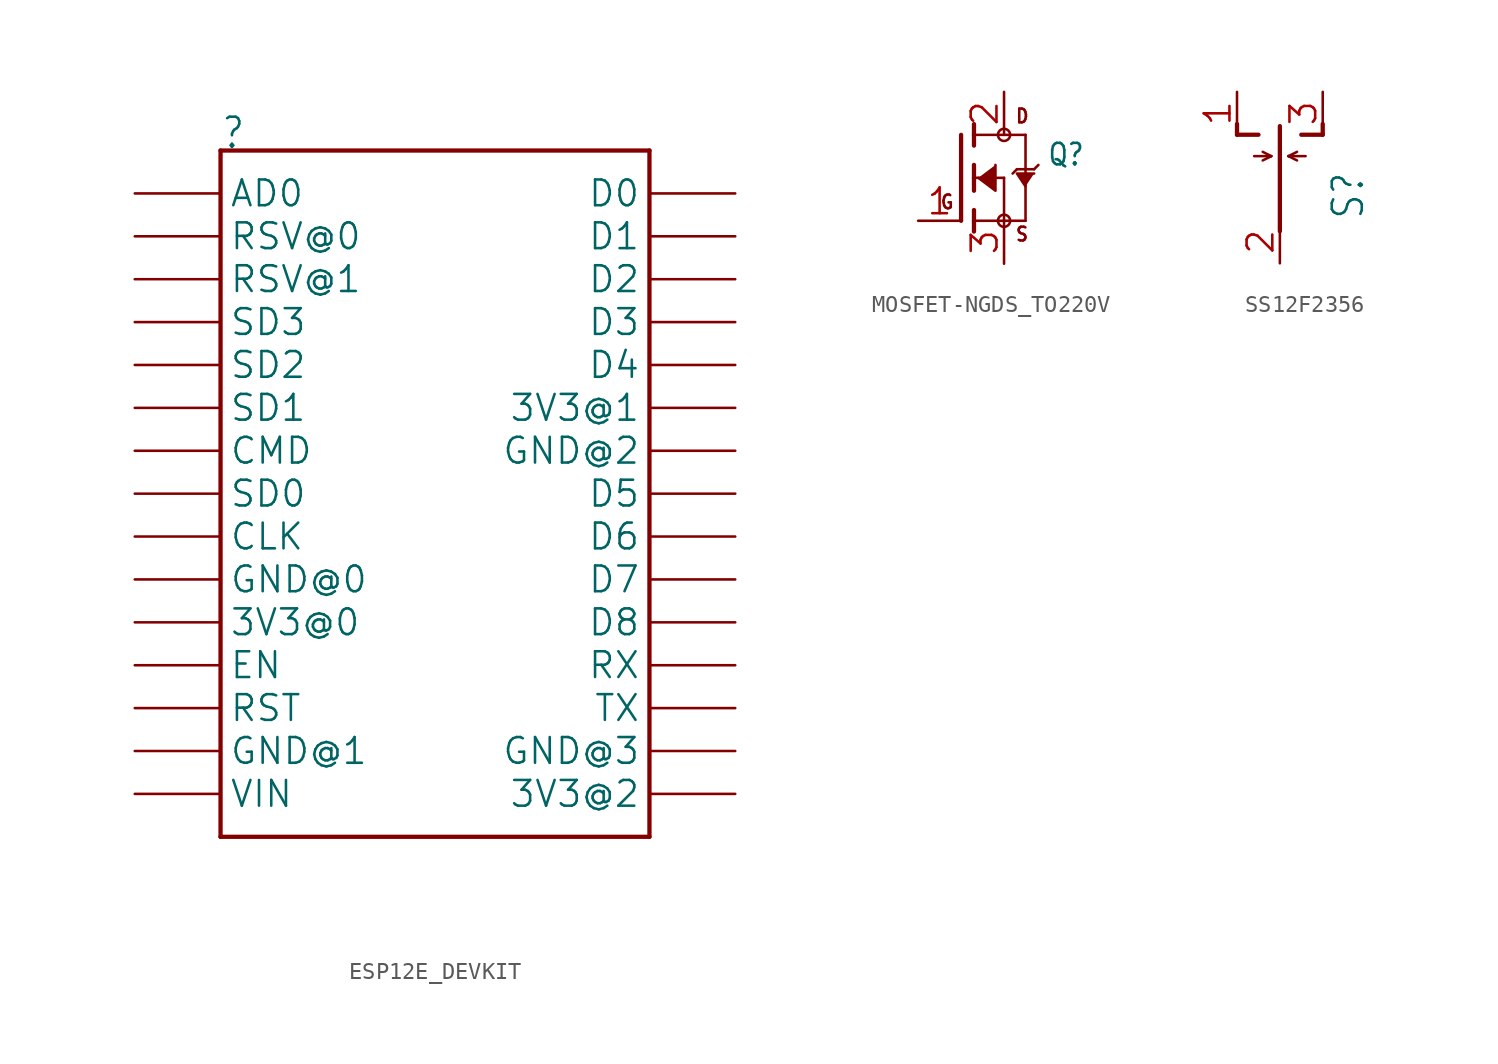
<source format=kicad_sym>
(kicad_symbol_lib
  (version 20241209)
  (generator "kicad_symbol_editor")
  (generator_version "9.0")
  (symbol "ESP12E_DEVKIT"
    (property "Reference" ""
      (at -12.7 20.32 0)
      (effects (font (size 1.778 1.511)) (justify left bottom)))
    (property "Value" ""
      (at -12.7 -22.86 0)
      (effects (font (size 1.778 1.511)) (justify left bottom)))
    (property "ki_locked" ""
      (at 0 0 0)
      (effects (font (size 1.27 1.27))))
    (symbol "ESP12E_DEVKIT_1_0"
      (polyline (pts (xy -12.7 20.32) (xy -12.7 -20.32)) (stroke (width 0.254) (type solid)) (fill (type none)))
      (polyline (pts (xy -12.7 -20.32) (xy 12.7 -20.32)) (stroke (width 0.254) (type solid)) (fill (type none)))
      (polyline (pts (xy 12.7 20.32) (xy -12.7 20.32)) (stroke (width 0.254) (type solid)) (fill (type none)))
      (polyline (pts (xy 12.7 -20.32) (xy 12.7 20.32)) (stroke (width 0.254) (type solid)) (fill (type none)))
      (pin bidirectional line (at -17.78 17.78 0) (length 5.08) (name "AD0" (effects (font (size 1.524 1.524)))) (number "AD0" (effects (font (size 0 0)))))
      (pin bidirectional line (at -17.78 15.24 0) (length 5.08) (name "RSV@0" (effects (font (size 1.524 1.524)))) (number "RSV@0" (effects (font (size 0 0)))))
      (pin bidirectional line (at -17.78 12.7 0) (length 5.08) (name "RSV@1" (effects (font (size 1.524 1.524)))) (number "RSV@1" (effects (font (size 0 0)))))
      (pin bidirectional line (at -17.78 10.16 0) (length 5.08) (name "SD3" (effects (font (size 1.524 1.524)))) (number "SD3" (effects (font (size 0 0)))))
      (pin bidirectional line (at -17.78 7.62 0) (length 5.08) (name "SD2" (effects (font (size 1.524 1.524)))) (number "SD2" (effects (font (size 0 0)))))
      (pin bidirectional line (at -17.78 5.08 0) (length 5.08) (name "SD1" (effects (font (size 1.524 1.524)))) (number "SD1" (effects (font (size 0 0)))))
      (pin bidirectional line (at -17.78 2.54 0) (length 5.08) (name "CMD" (effects (font (size 1.524 1.524)))) (number "CMD" (effects (font (size 0 0)))))
      (pin bidirectional line (at -17.78 0 0) (length 5.08) (name "SD0" (effects (font (size 1.524 1.524)))) (number "SD0" (effects (font (size 0 0)))))
      (pin bidirectional line (at -17.78 -2.54 0) (length 5.08) (name "CLK" (effects (font (size 1.524 1.524)))) (number "CLK" (effects (font (size 0 0)))))
      (pin bidirectional line (at -17.78 -5.08 0) (length 5.08) (name "GND@0" (effects (font (size 1.524 1.524)))) (number "GND@0" (effects (font (size 0 0)))))
      (pin bidirectional line (at -17.78 -7.62 0) (length 5.08) (name "3V3@0" (effects (font (size 1.524 1.524)))) (number "3V3@0" (effects (font (size 0 0)))))
      (pin bidirectional line (at -17.78 -10.16 0) (length 5.08) (name "EN" (effects (font (size 1.524 1.524)))) (number "EN" (effects (font (size 0 0)))))
      (pin bidirectional line (at -17.78 -12.7 0) (length 5.08) (name "RST" (effects (font (size 1.524 1.524)))) (number "RST" (effects (font (size 0 0)))))
      (pin bidirectional line (at -17.78 -15.24 0) (length 5.08) (name "GND@1" (effects (font (size 1.524 1.524)))) (number "GND@1" (effects (font (size 0 0)))))
      (pin bidirectional line (at -17.78 -17.78 0) (length 5.08) (name "VIN" (effects (font (size 1.524 1.524)))) (number "VIN" (effects (font (size 0 0)))))
      (pin bidirectional line (at 17.78 17.78 180) (length 5.08) (name "D0" (effects (font (size 1.524 1.524)))) (number "D0" (effects (font (size 0 0)))))
      (pin bidirectional line (at 17.78 15.24 180) (length 5.08) (name "D1" (effects (font (size 1.524 1.524)))) (number "D1" (effects (font (size 0 0)))))
      (pin bidirectional line (at 17.78 12.7 180) (length 5.08) (name "D2" (effects (font (size 1.524 1.524)))) (number "D2" (effects (font (size 0 0)))))
      (pin bidirectional line (at 17.78 10.16 180) (length 5.08) (name "D3" (effects (font (size 1.524 1.524)))) (number "D3" (effects (font (size 0 0)))))
      (pin bidirectional line (at 17.78 7.62 180) (length 5.08) (name "D4" (effects (font (size 1.524 1.524)))) (number "D4" (effects (font (size 0 0)))))
      (pin bidirectional line (at 17.78 5.08 180) (length 5.08) (name "3V3@1" (effects (font (size 1.524 1.524)))) (number "3V3@1" (effects (font (size 0 0)))))
      (pin bidirectional line (at 17.78 2.54 180) (length 5.08) (name "GND@2" (effects (font (size 1.524 1.524)))) (number "GND@2" (effects (font (size 0 0)))))
      (pin bidirectional line (at 17.78 0 180) (length 5.08) (name "D5" (effects (font (size 1.524 1.524)))) (number "D5" (effects (font (size 0 0)))))
      (pin bidirectional line (at 17.78 -2.54 180) (length 5.08) (name "D6" (effects (font (size 1.524 1.524)))) (number "D6" (effects (font (size 0 0)))))
      (pin bidirectional line (at 17.78 -5.08 180) (length 5.08) (name "D7" (effects (font (size 1.524 1.524)))) (number "D7" (effects (font (size 0 0)))))
      (pin bidirectional line (at 17.78 -7.62 180) (length 5.08) (name "D8" (effects (font (size 1.524 1.524)))) (number "D8" (effects (font (size 0 0)))))
      (pin bidirectional line (at 17.78 -10.16 180) (length 5.08) (name "RX" (effects (font (size 1.524 1.524)))) (number "RX" (effects (font (size 0 0)))))
      (pin bidirectional line (at 17.78 -12.7 180) (length 5.08) (name "TX" (effects (font (size 1.524 1.524)))) (number "TX" (effects (font (size 0 0)))))
      (pin bidirectional line (at 17.78 -15.24 180) (length 5.08) (name "GND@3" (effects (font (size 1.524 1.524)))) (number "GND@3" (effects (font (size 0 0)))))
      (pin bidirectional line (at 17.78 -17.78 180) (length 5.08) (name "3V3@2" (effects (font (size 1.524 1.524)))) (number "3V3@2" (effects (font (size 0 0)))))))
  (symbol "MOSFET-NGDS_TO220V"
    (property "Reference" "Q"
      (at 5.08 0.635 0)
      (effects (font (size 1.27 1.079)) (justify left bottom)))
    (property "Value" ""
      (at 5.08 -1.27 0)
      (effects (font (size 1.27 1.079)) (justify left bottom)))
    (property "ki_locked" ""
      (at 0 0 0)
      (effects (font (size 1.27 1.27))))
    (symbol "MOSFET-NGDS_TO220V_1_0"
      (polyline (pts (xy 0 2.54) (xy 0 -2.54)) (stroke (width 0.254) (type solid)) (fill (type none)))
      (polyline (pts (xy 0.762 3.175) (xy 0.762 2.54)) (stroke (width 0.254) (type solid)) (fill (type none)))
      (polyline (pts (xy 0.762 2.54) (xy 0.762 1.905)) (stroke (width 0.254) (type solid)) (fill (type none)))
      (polyline (pts (xy 0.762 2.54) (xy 3.81 2.54)) (stroke (width 0.152) (type solid)) (fill (type none)))
      (polyline (pts (xy 0.762 0.762) (xy 0.762 0)) (stroke (width 0.254) (type solid)) (fill (type none)))
      (polyline (pts (xy 0.762 0) (xy 0.762 -0.762)) (stroke (width 0.254) (type solid)) (fill (type none)))
      (polyline (pts (xy 0.762 0) (xy 2.54 0)) (stroke (width 0.152) (type solid)) (fill (type none)))
      (polyline (pts (xy 0.762 -1.905) (xy 0.762 -2.54)) (stroke (width 0.254) (type solid)) (fill (type none)))
      (polyline (pts (xy 0.762 -2.54) (xy 0.762 -3.175)) (stroke (width 0.254) (type solid)) (fill (type none)))
      (polyline (pts (xy 1.016 0) (xy 2.032 -0.762) (xy 2.032 0.762)) (stroke (width 0.152) (type solid)) (fill (type outline)))
      (circle (center 2.54 2.54) (radius 0.359) (stroke (width 0) (type solid)) (fill (type none)))
      (polyline (pts (xy 2.54 0) (xy 2.54 -2.54)) (stroke (width 0.152) (type solid)) (fill (type none)))
      (polyline (pts (xy 2.54 -2.54) (xy 0.762 -2.54)) (stroke (width 0.152) (type solid)) (fill (type none)))
      (polyline (pts (xy 2.54 -2.54) (xy 3.81 -2.54)) (stroke (width 0.152) (type solid)) (fill (type none)))
      (circle (center 2.54 -2.54) (radius 0.359) (stroke (width 0) (type solid)) (fill (type none)))
      (polyline (pts (xy 3.302 0.508) (xy 3.048 0.254)) (stroke (width 0.152) (type solid)) (fill (type none)))
      (polyline (pts (xy 3.81 2.54) (xy 3.81 0.508)) (stroke (width 0.152) (type solid)) (fill (type none)))
      (polyline (pts (xy 3.81 0.508) (xy 3.302 0.508)) (stroke (width 0.152) (type solid)) (fill (type none)))
      (polyline (pts (xy 3.81 0.508) (xy 3.81 -2.54)) (stroke (width 0.152) (type solid)) (fill (type none)))
      (polyline (pts (xy 3.81 -0.508) (xy 3.302 0.254) (xy 4.318 0.254)) (stroke (width 0.152) (type solid)) (fill (type outline)))
      (polyline (pts (xy 4.318 0.508) (xy 3.81 0.508)) (stroke (width 0.152) (type solid)) (fill (type none)))
      (polyline (pts (xy 4.572 0.762) (xy 4.318 0.508)) (stroke (width 0.152) (type solid)) (fill (type none)))
      (text "G" (at -1.27 -1.905 0) (effects (font (size 0.813 0.691)) (justify left bottom)))
      (text "D" (at 3.175 3.175 0) (effects (font (size 0.813 0.691)) (justify left bottom)))
      (text "S" (at 3.175 -3.81 0) (effects (font (size 0.813 0.691)) (justify left bottom)))
      (pin bidirectional line (at -2.54 -2.54 0) (length 2.54) (name "G" (effects (font (size 0 0)))) (number "1" (effects (font (size 1.524 1.524)))))
      (pin bidirectional line (at 2.54 5.08 270) (length 2.54) (name "D" (effects (font (size 0 0)))) (number "2" (effects (font (size 1.524 1.524)))))
      (pin bidirectional line (at 2.54 -5.08 90) (length 2.54) (name "S" (effects (font (size 0 0)))) (number "3" (effects (font (size 1.524 1.524)))))))
  (symbol "SS12F2356"
    (property "Reference" "S"
      (at 5.08 -2.54 90)
      (effects (font (size 1.778 1.511)) (justify left bottom)))
    (property "Value" ""
      (at 7.62 -2.54 90)
      (effects (font (size 1.778 1.511)) (justify left bottom)))
    (property "ki_locked" ""
      (at 0 0 0)
      (effects (font (size 1.27 1.27))))
    (symbol "SS12F2356_1_0"
      (polyline (pts (xy -2.54 2.54) (xy -2.54 3.175)) (stroke (width 0.254) (type solid)) (fill (type none)))
      (polyline (pts (xy -2.54 2.54) (xy -1.27 2.54)) (stroke (width 0.254) (type solid)) (fill (type none)))
      (polyline (pts (xy -1.524 1.27) (xy -0.508 1.27)) (stroke (width 0.152) (type solid)) (fill (type none)))
      (polyline (pts (xy -0.508 1.27) (xy -1.016 1.524)) (stroke (width 0.152) (type solid)) (fill (type none)))
      (polyline (pts (xy -0.508 1.27) (xy -1.016 1.016)) (stroke (width 0.152) (type solid)) (fill (type none)))
      (polyline (pts (xy 0 -3.175) (xy 0 3.048)) (stroke (width 0.254) (type solid)) (fill (type none)))
      (polyline (pts (xy 0.508 1.27) (xy 1.016 1.524)) (stroke (width 0.152) (type solid)) (fill (type none)))
      (polyline (pts (xy 0.508 1.27) (xy 1.016 1.016)) (stroke (width 0.152) (type solid)) (fill (type none)))
      (polyline (pts (xy 0.508 1.27) (xy 1.524 1.27)) (stroke (width 0.152) (type solid)) (fill (type none)))
      (polyline (pts (xy 1.27 2.54) (xy 2.54 2.54)) (stroke (width 0.254) (type solid)) (fill (type none)))
      (polyline (pts (xy 2.54 2.54) (xy 2.54 3.175)) (stroke (width 0.254) (type solid)) (fill (type none)))
      (pin passive line (at -2.54 5.08 270) (length 2.54) (name "O" (effects (font (size 0 0)))) (number "1" (effects (font (size 1.524 1.524)))))
      (pin passive line (at 0 -5.08 90) (length 2.54) (name "P" (effects (font (size 0 0)))) (number "2" (effects (font (size 1.524 1.524)))))
      (pin passive line (at 2.54 5.08 270) (length 2.54) (name "S" (effects (font (size 0 0)))) (number "3" (effects (font (size 1.524 1.524))))))))
</source>
